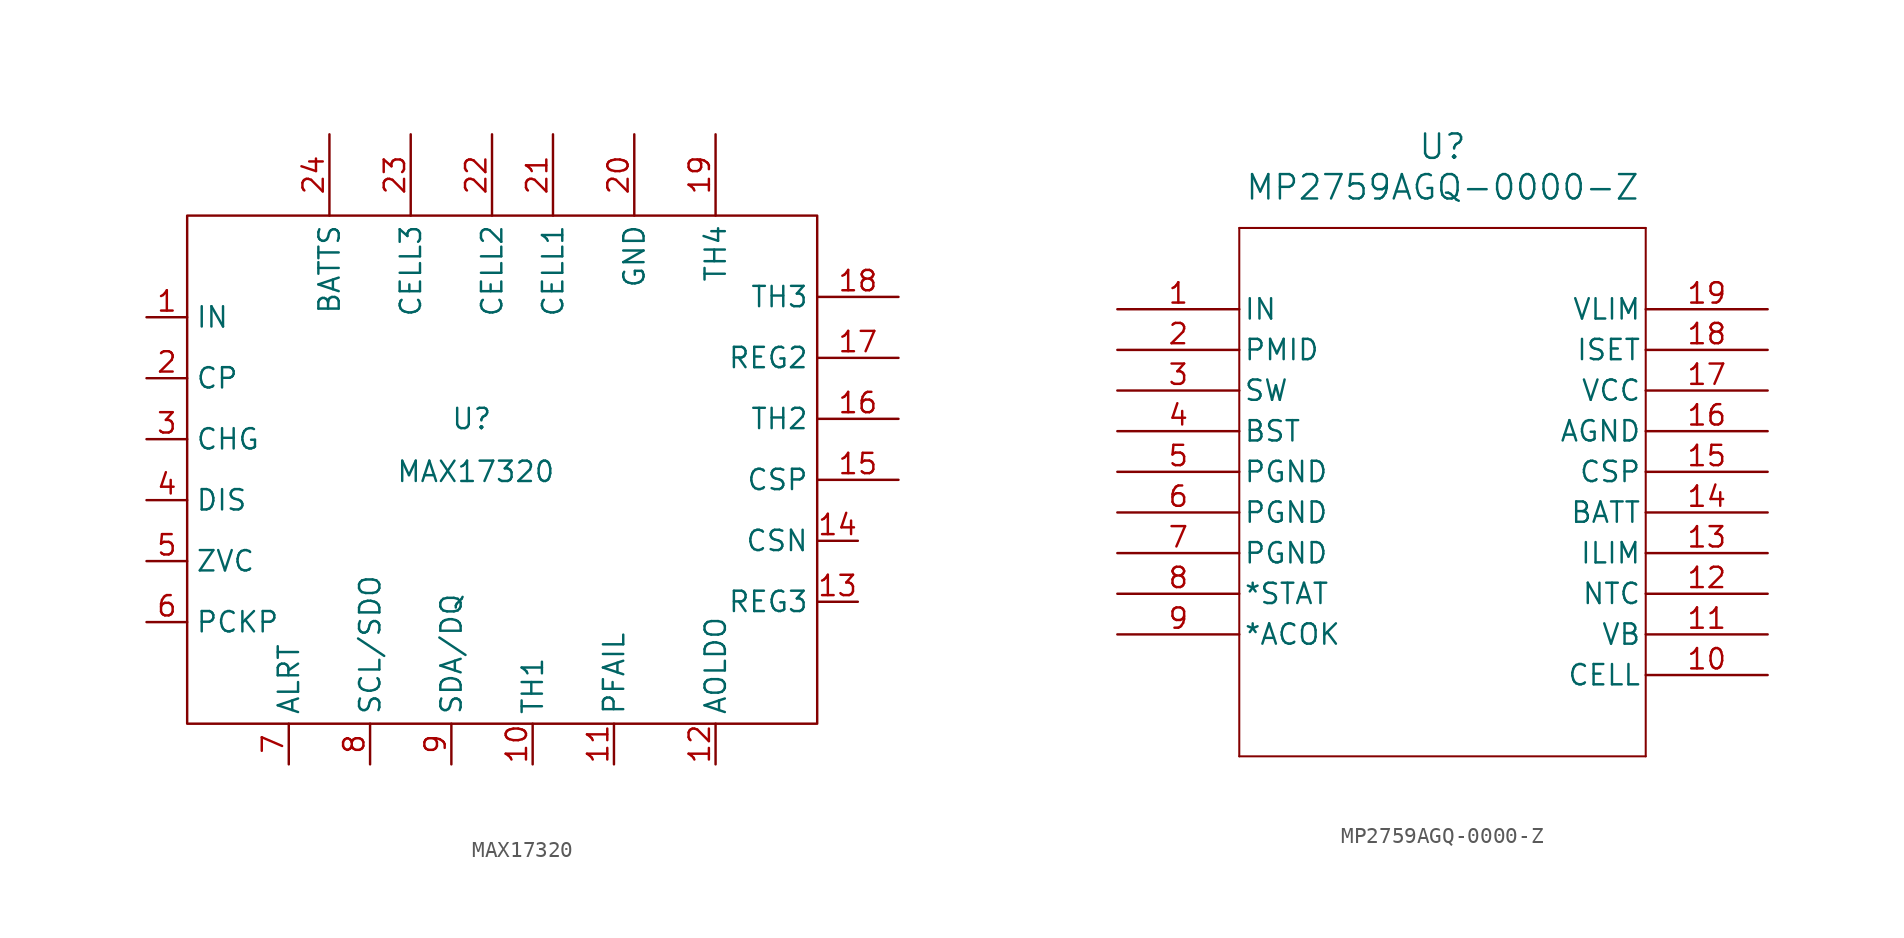
<source format=kicad_sym>
(kicad_symbol_lib
  (version 20231120)
  (generator "kicad_symbol_editor")
  (generator_version "8.0")
  (symbol "MAX17320"
    (property "Reference" "U"
      (at 0 1.27 0)
      (effects (font (size 1.27 1.27))))
    (property "Value" "MAX17320"
      (at 0.254 -2.032 0)
      (effects (font (size 1.27 1.27))))
    (symbol "MAX17320_0_1"
      (rectangle (start -17.78 13.97) (end 21.59 -17.78) (stroke (width 0) (type default)) (fill (type none))))
    (symbol "MAX17320_1_1"
      (pin input line (at -20.32 7.62 0) (length 2.54) (name "IN" (effects (font (size 1.27 1.27)))) (number "1" (effects (font (size 1.27 1.27)))))
      (pin input line (at 3.81 -20.32 90) (length 2.54) (name "TH1" (effects (font (size 1.27 1.27)))) (number "10" (effects (font (size 1.27 1.27)))))
      (pin input line (at 8.89 -20.32 90) (length 2.54) (name "PFAIL" (effects (font (size 1.27 1.27)))) (number "11" (effects (font (size 1.27 1.27)))))
      (pin input line (at 15.24 -20.32 90) (length 2.54) (name "AOLDO" (effects (font (size 1.27 1.27)))) (number "12" (effects (font (size 1.27 1.27)))))
      (pin input line (at 24.13 -10.16 180) (length 2.54) (name "REG3" (effects (font (size 1.27 1.27)))) (number "13" (effects (font (size 1.27 1.27)))))
      (pin input line (at 24.13 -6.35 180) (length 2.54) (name "CSN" (effects (font (size 1.27 1.27)))) (number "14" (effects (font (size 1.27 1.27)))))
      (pin input line (at 26.67 -2.54 180) (length 5.08) (name "CSP" (effects (font (size 1.27 1.27)))) (number "15" (effects (font (size 1.27 1.27)))))
      (pin input line (at 26.67 1.27 180) (length 5.08) (name "TH2" (effects (font (size 1.27 1.27)))) (number "16" (effects (font (size 1.27 1.27)))))
      (pin input line (at 26.67 5.08 180) (length 5.08) (name "REG2" (effects (font (size 1.27 1.27)))) (number "17" (effects (font (size 1.27 1.27)))))
      (pin input line (at 26.67 8.89 180) (length 5.08) (name "TH3" (effects (font (size 1.27 1.27)))) (number "18" (effects (font (size 1.27 1.27)))))
      (pin input line (at 15.24 19.05 270) (length 5.08) (name "TH4" (effects (font (size 1.27 1.27)))) (number "19" (effects (font (size 1.27 1.27)))))
      (pin input line (at -20.32 3.81 0) (length 2.54) (name "CP" (effects (font (size 1.27 1.27)))) (number "2" (effects (font (size 1.27 1.27)))))
      (pin input line (at 10.16 19.05 270) (length 5.08) (name "GND" (effects (font (size 1.27 1.27)))) (number "20" (effects (font (size 1.27 1.27)))))
      (pin input line (at 5.08 19.05 270) (length 5.08) (name "CELL1" (effects (font (size 1.27 1.27)))) (number "21" (effects (font (size 1.27 1.27)))))
      (pin input line (at 1.27 19.05 270) (length 5.08) (name "CELL2" (effects (font (size 1.27 1.27)))) (number "22" (effects (font (size 1.27 1.27)))))
      (pin input line (at -3.81 19.05 270) (length 5.08) (name "CELL3" (effects (font (size 1.27 1.27)))) (number "23" (effects (font (size 1.27 1.27)))))
      (pin input line (at -8.89 19.05 270) (length 5.08) (name "BATTS" (effects (font (size 1.27 1.27)))) (number "24" (effects (font (size 1.27 1.27)))))
      (pin input line (at -20.32 0 0) (length 2.54) (name "CHG" (effects (font (size 1.27 1.27)))) (number "3" (effects (font (size 1.27 1.27)))))
      (pin input line (at -20.32 -3.81 0) (length 2.54) (name "DIS" (effects (font (size 1.27 1.27)))) (number "4" (effects (font (size 1.27 1.27)))))
      (pin input line (at -20.32 -7.62 0) (length 2.54) (name "ZVC" (effects (font (size 1.27 1.27)))) (number "5" (effects (font (size 1.27 1.27)))))
      (pin input line (at -20.32 -11.43 0) (length 2.54) (name "PCKP" (effects (font (size 1.27 1.27)))) (number "6" (effects (font (size 1.27 1.27)))))
      (pin input line (at -11.43 -20.32 90) (length 2.54) (name "ALRT" (effects (font (size 1.27 1.27)))) (number "7" (effects (font (size 1.27 1.27)))))
      (pin input line (at -6.35 -20.32 90) (length 2.54) (name "SCL/SDO" (effects (font (size 1.27 1.27)))) (number "8" (effects (font (size 1.27 1.27)))))
      (pin input line (at -1.27 -20.32 90) (length 2.54) (name "SDA/DQ" (effects (font (size 1.27 1.27)))) (number "9" (effects (font (size 1.27 1.27)))))))
  (symbol "MP2759AGQ-0000-Z"
    (pin_names
      (offset 0.254))
    (property "Reference" "U"
      (at 20.32 10.16 0)
      (effects (font (size 1.524 1.524))))
    (property "Value" "MP2759AGQ-0000-Z"
      (at 20.32 7.62 0)
      (effects (font (size 1.524 1.524))))
    (property "ki_locked" ""
      (at 0 0 0)
      (effects (font (size 1.27 1.27))))
    (symbol "MP2759AGQ-0000-Z_0_1"
      (polyline (pts (xy 7.62 -27.94) (xy 33.02 -27.94)) (stroke (width 0.127) (type default)) (fill (type none)))
      (polyline (pts (xy 7.62 5.08) (xy 7.62 -27.94)) (stroke (width 0.127) (type default)) (fill (type none)))
      (polyline (pts (xy 33.02 -27.94) (xy 33.02 5.08)) (stroke (width 0.127) (type default)) (fill (type none)))
      (polyline (pts (xy 33.02 5.08) (xy 7.62 5.08)) (stroke (width 0.127) (type default)) (fill (type none)))
      (pin power_in line (at 0 0 0) (length 7.62) (name "IN" (effects (font (size 1.27 1.27)))) (number "1" (effects (font (size 1.27 1.27)))))
      (pin input line (at 40.64 -22.86 180) (length 7.62) (name "CELL" (effects (font (size 1.27 1.27)))) (number "10" (effects (font (size 1.27 1.27)))))
      (pin input line (at 40.64 -20.32 180) (length 7.62) (name "VB" (effects (font (size 1.27 1.27)))) (number "11" (effects (font (size 1.27 1.27)))))
      (pin input line (at 40.64 -17.78 180) (length 7.62) (name "NTC" (effects (font (size 1.27 1.27)))) (number "12" (effects (font (size 1.27 1.27)))))
      (pin input line (at 40.64 -15.24 180) (length 7.62) (name "ILIM" (effects (font (size 1.27 1.27)))) (number "13" (effects (font (size 1.27 1.27)))))
      (pin input line (at 40.64 -12.7 180) (length 7.62) (name "BATT" (effects (font (size 1.27 1.27)))) (number "14" (effects (font (size 1.27 1.27)))))
      (pin input line (at 40.64 -10.16 180) (length 7.62) (name "CSP" (effects (font (size 1.27 1.27)))) (number "15" (effects (font (size 1.27 1.27)))))
      (pin power_in line (at 40.64 -7.62 180) (length 7.62) (name "AGND" (effects (font (size 1.27 1.27)))) (number "16" (effects (font (size 1.27 1.27)))))
      (pin power_in line (at 40.64 -5.08 180) (length 7.62) (name "VCC" (effects (font (size 1.27 1.27)))) (number "17" (effects (font (size 1.27 1.27)))))
      (pin input line (at 40.64 -2.54 180) (length 7.62) (name "ISET" (effects (font (size 1.27 1.27)))) (number "18" (effects (font (size 1.27 1.27)))))
      (pin input line (at 40.64 0 180) (length 7.62) (name "VLIM" (effects (font (size 1.27 1.27)))) (number "19" (effects (font (size 1.27 1.27)))))
      (pin power_in line (at 0 -2.54 0) (length 7.62) (name "PMID" (effects (font (size 1.27 1.27)))) (number "2" (effects (font (size 1.27 1.27)))))
      (pin power_in line (at 0 -5.08 0) (length 7.62) (name "SW" (effects (font (size 1.27 1.27)))) (number "3" (effects (font (size 1.27 1.27)))))
      (pin power_in line (at 0 -7.62 0) (length 7.62) (name "BST" (effects (font (size 1.27 1.27)))) (number "4" (effects (font (size 1.27 1.27)))))
      (pin power_in line (at 0 -10.16 0) (length 7.62) (name "PGND" (effects (font (size 1.27 1.27)))) (number "5" (effects (font (size 1.27 1.27)))))
      (pin power_in line (at 0 -12.7 0) (length 7.62) (name "PGND" (effects (font (size 1.27 1.27)))) (number "6" (effects (font (size 1.27 1.27)))))
      (pin power_in line (at 0 -15.24 0) (length 7.62) (name "PGND" (effects (font (size 1.27 1.27)))) (number "7" (effects (font (size 1.27 1.27)))))
      (pin output line (at 0 -17.78 0) (length 7.62) (name "*STAT" (effects (font (size 1.27 1.27)))) (number "8" (effects (font (size 1.27 1.27)))))
      (pin output line (at 0 -20.32 0) (length 7.62) (name "*ACOK" (effects (font (size 1.27 1.27)))) (number "9" (effects (font (size 1.27 1.27))))))))
</source>
